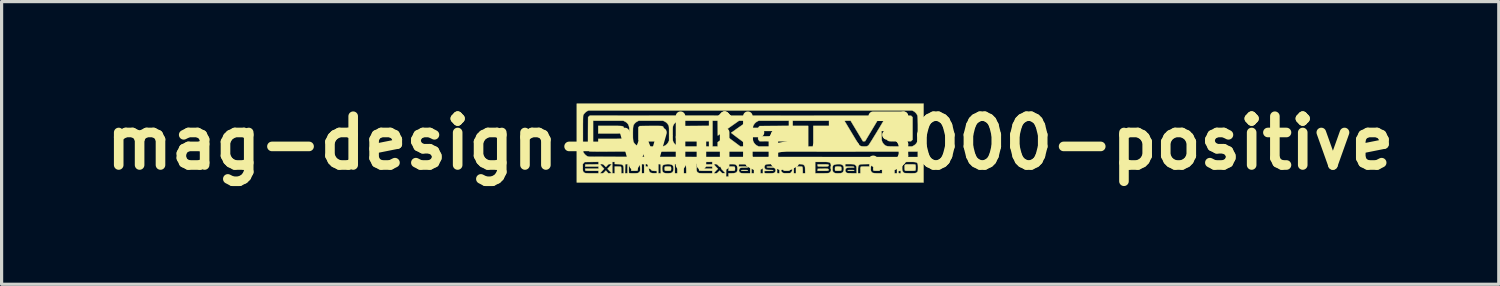
<source format=kicad_pcb>
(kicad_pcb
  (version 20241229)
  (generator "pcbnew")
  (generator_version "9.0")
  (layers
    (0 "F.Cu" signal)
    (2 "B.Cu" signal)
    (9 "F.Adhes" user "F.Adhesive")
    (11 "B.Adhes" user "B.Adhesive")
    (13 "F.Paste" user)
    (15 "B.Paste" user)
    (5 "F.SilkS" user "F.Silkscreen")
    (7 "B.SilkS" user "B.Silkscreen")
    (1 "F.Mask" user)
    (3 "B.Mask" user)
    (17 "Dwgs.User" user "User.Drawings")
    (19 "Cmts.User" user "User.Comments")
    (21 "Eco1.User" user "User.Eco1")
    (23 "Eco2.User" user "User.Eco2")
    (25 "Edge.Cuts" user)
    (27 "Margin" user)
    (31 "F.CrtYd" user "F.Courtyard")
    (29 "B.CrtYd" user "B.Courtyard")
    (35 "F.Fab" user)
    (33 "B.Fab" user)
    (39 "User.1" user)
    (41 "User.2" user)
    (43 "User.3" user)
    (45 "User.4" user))
  (footprint "mag-design-white-3000-positive"
    (layer "F.Cu")
    (at 20.4 1.418)
    (property "Reference" "mag-design-white-3000-positive" (at 0 0 0) (layer "F.SilkS") (effects (font (size 1.524 1.524) (thickness 0.3))))
    (attr through_hole)
    (fp_poly (pts (xy 4.047 0.872) (xy 3.956 0.872) (xy 3.907 0.871) (xy 3.873 0.868) (xy 3.855 0.863) (xy 3.854 0.862) (xy 3.848 0.848) (xy 3.845 0.824) (xy 3.844 0.807) (xy 3.845 0.779) (xy 3.85 0.759) (xy 3.862 0.747) (xy 3.884 0.74) (xy 3.917 0.737) (xy 3.959 0.737) (xy 4.047 0.737) (xy 4.047 0.872)) (stroke (width 0.01) (type solid)) (fill yes) (layer "F.SilkS"))
    (fp_poly (pts (xy -0.537 0.738) (xy -0.503 0.741) (xy -0.486 0.746) (xy -0.484 0.747) (xy -0.479 0.76) (xy -0.475 0.785) (xy -0.474 0.804) (xy -0.476 0.832) (xy -0.48 0.854) (xy -0.484 0.862) (xy -0.499 0.867) (xy -0.53 0.871) (xy -0.576 0.872) (xy -0.586 0.872) (xy -0.677 0.872) (xy -0.677 0.737) (xy -0.586 0.737) (xy -0.537 0.738)) (stroke (width 0.01) (type solid)) (fill yes) (layer "F.SilkS"))
    (fp_poly (pts (xy -3.591 0.737) (xy -3.558 0.738) (xy -3.535 0.74) (xy -3.527 0.742) (xy -3.519 0.753) (xy -3.514 0.775) (xy -3.512 0.803) (xy -3.514 0.831) (xy -3.518 0.854) (xy -3.526 0.867) (xy -3.527 0.867) (xy -3.541 0.869) (xy -3.567 0.871) (xy -3.602 0.872) (xy -3.629 0.872) (xy -3.717 0.872) (xy -3.717 0.737) (xy -3.629 0.737) (xy -3.591 0.737)) (stroke (width 0.01) (type solid)) (fill yes) (layer "F.SilkS"))
    (fp_poly (pts (xy -0.134 0.847) (xy -0.105 0.848) (xy -0.087 0.851) (xy -0.078 0.854) (xy -0.076 0.859) (xy -0.079 0.865) (xy -0.088 0.869) (xy -0.108 0.871) (xy -0.139 0.872) (xy -0.172 0.872) (xy -0.211 0.872) (xy -0.243 0.87) (xy -0.265 0.868) (xy -0.274 0.866) (xy -0.279 0.858) (xy -0.274 0.853) (xy -0.258 0.849) (xy -0.229 0.847) (xy -0.185 0.847) (xy -0.178 0.847) (xy -0.134 0.847)) (stroke (width 0.01) (type solid)) (fill yes) (layer "F.SilkS"))
    (fp_poly (pts (xy 2.367 0.805) (xy 2.4 0.807) (xy 2.422 0.809) (xy 2.437 0.813) (xy 2.446 0.819) (xy 2.45 0.827) (xy 2.451 0.83) (xy 2.454 0.844) (xy 2.453 0.854) (xy 2.444 0.861) (xy 2.427 0.866) (xy 2.4 0.87) (xy 2.36 0.871) (xy 2.307 0.872) (xy 2.272 0.872) (xy 2.107 0.872) (xy 2.11 0.84) (xy 2.112 0.809) (xy 2.261 0.806) (xy 2.321 0.805) (xy 2.367 0.805)) (stroke (width 0.01) (type solid)) (fill yes) (layer "F.SilkS"))
    (fp_poly (pts (xy 3.193 0.847) (xy 3.223 0.848) (xy 3.241 0.851) (xy 3.249 0.854) (xy 3.251 0.859) (xy 3.249 0.865) (xy 3.239 0.869) (xy 3.221 0.871) (xy 3.19 0.872) (xy 3.15 0.872) (xy 3.106 0.872) (xy 3.076 0.871) (xy 3.059 0.868) (xy 3.05 0.864) (xy 3.048 0.859) (xy 3.051 0.854) (xy 3.06 0.85) (xy 3.079 0.848) (xy 3.109 0.847) (xy 3.15 0.847) (xy 3.193 0.847)) (stroke (width 0.01) (type solid)) (fill yes) (layer "F.SilkS"))
    (fp_poly (pts (xy 1.185 0.738) (xy 1.214 0.742) (xy 1.232 0.751) (xy 1.241 0.767) (xy 1.244 0.791) (xy 1.245 0.801) (xy 1.244 0.831) (xy 1.239 0.851) (xy 1.228 0.863) (xy 1.208 0.869) (xy 1.176 0.872) (xy 1.139 0.872) (xy 1.099 0.872) (xy 1.072 0.87) (xy 1.056 0.868) (xy 1.047 0.863) (xy 1.042 0.856) (xy 1.036 0.837) (xy 1.033 0.811) (xy 1.033 0.802) (xy 1.035 0.775) (xy 1.043 0.756) (xy 1.059 0.745) (xy 1.086 0.739) (xy 1.126 0.737) (xy 1.141 0.737) (xy 1.185 0.738)) (stroke (width 0.01) (type solid)) (fill yes) (layer "F.SilkS"))
    (fp_poly (pts (xy 2.771 0.737) (xy 2.803 0.74) (xy 2.828 0.744) (xy 2.84 0.75) (xy 2.848 0.767) (xy 2.852 0.793) (xy 2.853 0.822) (xy 2.85 0.848) (xy 2.843 0.862) (xy 2.831 0.866) (xy 2.807 0.869) (xy 2.775 0.871) (xy 2.74 0.872) (xy 2.706 0.871) (xy 2.678 0.87) (xy 2.661 0.867) (xy 2.661 0.866) (xy 2.655 0.856) (xy 2.651 0.834) (xy 2.65 0.807) (xy 2.651 0.78) (xy 2.655 0.757) (xy 2.66 0.747) (xy 2.675 0.741) (xy 2.701 0.737) (xy 2.735 0.736) (xy 2.771 0.737)) (stroke (width 0.01) (type solid)) (fill yes) (layer "F.SilkS"))
    (fp_poly (pts (xy 2.332 0.669) (xy 2.378 0.67) (xy 2.411 0.672) (xy 2.433 0.676) (xy 2.447 0.681) (xy 2.453 0.688) (xy 2.455 0.698) (xy 2.455 0.7) (xy 2.45 0.714) (xy 2.442 0.723) (xy 2.435 0.728) (xy 2.422 0.732) (xy 2.402 0.734) (xy 2.373 0.736) (xy 2.331 0.736) (xy 2.274 0.737) (xy 2.274 0.737) (xy 2.225 0.736) (xy 2.181 0.735) (xy 2.146 0.734) (xy 2.123 0.733) (xy 2.114 0.731) (xy 2.11 0.719) (xy 2.108 0.699) (xy 2.108 0.697) (xy 2.108 0.669) (xy 2.272 0.669) (xy 2.332 0.669)) (stroke (width 0.01) (type solid)) (fill yes) (layer "F.SilkS"))
    (fp_poly (pts (xy -2.529 0.738) (xy -2.499 0.741) (xy -2.483 0.746) (xy -2.482 0.747) (xy -2.477 0.76) (xy -2.473 0.785) (xy -2.472 0.804) (xy -2.474 0.832) (xy -2.478 0.854) (xy -2.482 0.862) (xy -2.497 0.867) (xy -2.527 0.871) (xy -2.57 0.872) (xy -2.574 0.872) (xy -2.618 0.871) (xy -2.649 0.868) (xy -2.665 0.862) (xy -2.665 0.862) (xy -2.671 0.847) (xy -2.675 0.822) (xy -2.675 0.793) (xy -2.672 0.766) (xy -2.667 0.749) (xy -2.665 0.747) (xy -2.651 0.741) (xy -2.621 0.738) (xy -2.578 0.737) (xy -2.574 0.737) (xy -2.529 0.738)) (stroke (width 0.01) (type solid)) (fill yes) (layer "F.SilkS"))
    (fp_poly (pts (xy -4.288 -0.533) (xy -4.21 -0.533) (xy -4.146 -0.533) (xy -4.095 -0.531) (xy -4.054 -0.53) (xy -4.023 -0.527) (xy -4 -0.524) (xy -3.984 -0.519) (xy -3.972 -0.514) (xy -3.964 -0.506) (xy -3.958 -0.498) (xy -3.954 -0.492) (xy -3.949 -0.472) (xy -3.946 -0.442) (xy -3.946 -0.407) (xy -3.948 -0.373) (xy -3.952 -0.347) (xy -3.955 -0.336) (xy -3.96 -0.327) (xy -3.966 -0.319) (xy -3.973 -0.313) (xy -3.984 -0.308) (xy -4 -0.304) (xy -4.022 -0.302) (xy -4.052 -0.299) (xy -4.091 -0.298) (xy -4.142 -0.297) (xy -4.205 -0.297) (xy -4.282 -0.297) (xy -4.371 -0.297) (xy -4.75 -0.296) (xy -4.75 -0.533) (xy -4.381 -0.533) (xy -4.288 -0.533)) (stroke (width 0.01) (type solid)) (fill yes) (layer "F.SilkS"))
    (fp_poly (pts (xy 4.998 0.669) (xy 5.061 0.669) (xy 5.107 0.671) (xy 5.139 0.673) (xy 5.158 0.676) (xy 5.163 0.679) (xy 5.168 0.694) (xy 5.172 0.723) (xy 5.173 0.767) (xy 5.173 0.77) (xy 5.172 0.815) (xy 5.169 0.846) (xy 5.163 0.861) (xy 5.163 0.862) (xy 5.152 0.866) (xy 5.129 0.869) (xy 5.092 0.871) (xy 5.039 0.872) (xy 4.998 0.872) (xy 4.943 0.872) (xy 4.903 0.871) (xy 4.875 0.87) (xy 4.856 0.868) (xy 4.845 0.865) (xy 4.838 0.861) (xy 4.835 0.856) (xy 4.831 0.84) (xy 4.828 0.812) (xy 4.826 0.778) (xy 4.826 0.77) (xy 4.826 0.736) (xy 4.827 0.711) (xy 4.832 0.692) (xy 4.842 0.681) (xy 4.861 0.673) (xy 4.889 0.67) (xy 4.929 0.669) (xy 4.984 0.669) (xy 4.998 0.669)) (stroke (width 0.01) (type solid)) (fill yes) (layer "F.SilkS"))
    (fp_poly (pts (xy -2.876 -0.532) (xy -2.826 -0.531) (xy -2.789 -0.529) (xy -2.765 -0.527) (xy -2.751 -0.524) (xy -2.75 -0.524) (xy -2.734 -0.517) (xy -2.723 -0.509) (xy -2.714 -0.497) (xy -2.708 -0.48) (xy -2.704 -0.455) (xy -2.702 -0.42) (xy -2.701 -0.373) (xy -2.701 -0.312) (xy -2.701 -0.294) (xy -2.701 -0.232) (xy -2.702 -0.178) (xy -2.704 -0.136) (xy -2.707 -0.107) (xy -2.71 -0.093) (xy -2.71 -0.093) (xy -2.716 -0.083) (xy -2.723 -0.074) (xy -2.733 -0.068) (xy -2.747 -0.062) (xy -2.767 -0.058) (xy -2.794 -0.055) (xy -2.831 -0.053) (xy -2.878 -0.052) (xy -2.937 -0.051) (xy -3.01 -0.051) (xy -3.099 -0.051) (xy -3.445 -0.051) (xy -3.471 -0.073) (xy -3.497 -0.095) (xy -3.497 -0.488) (xy -3.475 -0.509) (xy -3.453 -0.529) (xy -3.113 -0.532) (xy -3.019 -0.532) (xy -2.94 -0.532) (xy -2.876 -0.532)) (stroke (width 0.01) (type solid)) (fill yes) (layer "F.SilkS"))
    (fp_poly (pts (xy 5.419 1.236) (xy -5.419 1.236) (xy -5.419 1.05) (xy -0.754 1.05) (xy -0.677 1.05) (xy -0.677 0.948) (xy -0.584 0.948) (xy -0.522 0.946) (xy -0.475 0.939) (xy -0.441 0.925) (xy -0.418 0.903) (xy -0.404 0.872) (xy -0.398 0.83) (xy -0.398 0.81) (xy -0.401 0.759) (xy -0.408 0.737) (xy -0.357 0.737) (xy -0.227 0.737) (xy -0.172 0.737) (xy -0.131 0.739) (xy -0.104 0.742) (xy -0.087 0.747) (xy -0.078 0.754) (xy -0.076 0.764) (xy -0.084 0.766) (xy -0.106 0.768) (xy -0.138 0.77) (xy -0.178 0.77) (xy -0.186 0.77) (xy -0.231 0.771) (xy -0.262 0.772) (xy -0.284 0.774) (xy -0.299 0.778) (xy -0.31 0.784) (xy -0.32 0.791) (xy -0.342 0.82) (xy -0.351 0.854) (xy -0.346 0.887) (xy -0.329 0.917) (xy -0.31 0.932) (xy -0.298 0.938) (xy -0.284 0.942) (xy -0.265 0.945) (xy -0.237 0.947) (xy -0.198 0.948) (xy -0.146 0.948) (xy -0.142 0.948) (xy 0 0.948) (xy 0.042 0.948) (xy 0.119 0.948) (xy 0.119 0.737) (xy 0.21 0.737) (xy 0.259 0.738) (xy 0.293 0.741) (xy 0.31 0.746) (xy 0.312 0.747) (xy 0.317 0.761) (xy 0.32 0.792) (xy 0.322 0.839) (xy 0.322 0.853) (xy 0.322 0.948) (xy 0.398 0.948) (xy 0.398 0.918) (xy 0.44 0.918) (xy 0.442 0.93) (xy 0.448 0.939) (xy 0.462 0.944) (xy 0.486 0.947) (xy 0.521 0.948) (xy 0.571 0.948) (xy 0.585 0.948) (xy 0.641 0.948) (xy 0.683 0.947) (xy 0.713 0.944) (xy 0.735 0.94) (xy 0.749 0.935) (xy 0.777 0.914) (xy 0.793 0.884) (xy 0.796 0.85) (xy 0.794 0.841) (xy 0.84 0.841) (xy 0.84 0.882) (xy 0.84 0.913) (xy 0.841 0.933) (xy 0.842 0.937) (xy 0.853 0.945) (xy 0.875 0.948) (xy 0.88 0.948) (xy 0.914 0.948) (xy 1.363 0.948) (xy 1.431 0.948) (xy 1.431 0.737) (xy 1.528 0.737) (xy 1.57 0.737) (xy 1.599 0.738) (xy 1.617 0.74) (xy 1.627 0.745) (xy 1.633 0.751) (xy 1.634 0.753) (xy 1.637 0.768) (xy 1.64 0.796) (xy 1.642 0.831) (xy 1.643 0.859) (xy 1.643 0.948) (xy 1.72 0.948) (xy 1.717 0.843) (xy 1.716 0.797) (xy 1.714 0.765) (xy 1.71 0.743) (xy 1.705 0.727) (xy 1.697 0.715) (xy 1.697 0.714) (xy 1.681 0.695) (xy 1.663 0.681) (xy 1.64 0.671) (xy 1.61 0.665) (xy 1.569 0.662) (xy 1.515 0.66) (xy 1.492 0.66) (xy 1.363 0.66) (xy 1.363 0.948) (xy 0.914 0.948) (xy 0.914 0.804) (xy 0.965 0.804) (xy 0.967 0.848) (xy 0.972 0.879) (xy 0.983 0.902) (xy 1.001 0.92) (xy 1.019 0.932) (xy 1.032 0.939) (xy 1.048 0.944) (xy 1.068 0.946) (xy 1.098 0.947) (xy 1.141 0.947) (xy 1.15 0.946) (xy 1.254 0.944) (xy 1.283 0.912) (xy 1.297 0.897) (xy 1.306 0.883) (xy 1.31 0.867) (xy 1.312 0.843) (xy 1.312 0.808) (xy 1.312 0.806) (xy 1.31 0.758) (xy 1.303 0.723) (xy 1.289 0.699) (xy 1.266 0.681) (xy 1.248 0.672) (xy 1.222 0.666) (xy 1.185 0.662) (xy 1.142 0.66) (xy 1.099 0.661) (xy 1.061 0.665) (xy 1.033 0.671) (xy 1.03 0.672) (xy 1.001 0.688) (xy 0.982 0.708) (xy 0.971 0.737) (xy 0.966 0.778) (xy 0.965 0.804) (xy 0.914 0.804) (xy 0.914 0.659) (xy 0.842 0.665) (xy 0.84 0.796) (xy 0.84 0.841) (xy 0.794 0.841) (xy 0.787 0.817) (xy 0.771 0.795) (xy 0.76 0.785) (xy 0.75 0.778) (xy 0.737 0.774) (xy 0.717 0.771) (xy 0.688 0.771) (xy 0.645 0.77) (xy 0.642 0.77) (xy 0.59 0.77) (xy 0.553 0.767) (xy 0.529 0.763) (xy 0.519 0.756) (xy 0.519 0.747) (xy 0.52 0.746) (xy 0.532 0.742) (xy 0.56 0.739) (xy 0.605 0.737) (xy 0.661 0.737) (xy 0.796 0.737) (xy 0.796 0.66) (xy 0.66 0.66) (xy 0.598 0.661) (xy 0.552 0.663) (xy 0.517 0.668) (xy 0.492 0.675) (xy 0.474 0.686) (xy 0.461 0.702) (xy 0.453 0.716) (xy 0.444 0.752) (xy 0.45 0.785) (xy 0.474 0.817) (xy 0.475 0.818) (xy 0.486 0.828) (xy 0.497 0.835) (xy 0.511 0.839) (xy 0.531 0.842) (xy 0.562 0.844) (xy 0.605 0.845) (xy 0.61 0.845) (xy 0.657 0.847) (xy 0.689 0.849) (xy 0.709 0.852) (xy 0.718 0.856) (xy 0.72 0.86) (xy 0.716 0.865) (xy 0.706 0.868) (xy 0.685 0.87) (xy 0.652 0.872) (xy 0.605 0.874) (xy 0.582 0.874) (xy 0.445 0.876) (xy 0.442 0.9) (xy 0.44 0.918) (xy 0.398 0.918) (xy 0.398 0.845) (xy 0.397 0.788) (xy 0.392 0.745) (xy 0.382 0.712) (xy 0.364 0.689) (xy 0.337 0.674) (xy 0.299 0.666) (xy 0.248 0.662) (xy 0.182 0.662) (xy 0.176 0.662) (xy 0.047 0.665) (xy 0.044 0.806) (xy 0.042 0.948) (xy 0 0.948) (xy 0 0.846) (xy -0.001 0.793) (xy -0.004 0.754) (xy -0.011 0.726) (xy -0.021 0.705) (xy -0.037 0.689) (xy -0.048 0.681) (xy -0.059 0.675) (xy -0.072 0.67) (xy -0.091 0.667) (xy -0.118 0.666) (xy -0.156 0.665) (xy -0.207 0.665) (xy -0.212 0.665) (xy -0.351 0.665) (xy -0.354 0.701) (xy -0.357 0.737) (xy -0.408 0.737) (xy -0.412 0.722) (xy -0.432 0.695) (xy -0.462 0.676) (xy -0.463 0.676) (xy -0.479 0.67) (xy -0.498 0.665) (xy -0.521 0.663) (xy -0.553 0.662) (xy -0.597 0.662) (xy -0.624 0.662) (xy -0.749 0.665) (xy -0.752 0.857) (xy -0.754 1.05) (xy -5.419 1.05) (xy -5.419 0.66) (xy -5.232 0.66) (xy -5.232 0.768) (xy -5.232 0.819) (xy -5.229 0.856) (xy -5.224 0.883) (xy -5.215 0.902) (xy -5.201 0.917) (xy -5.181 0.931) (xy -5.178 0.932) (xy -5.169 0.937) (xy -5.157 0.941) (xy -5.142 0.944) (xy -5.12 0.946) (xy -5.089 0.947) (xy -5.048 0.948) (xy -4.993 0.948) (xy -4.947 0.948) (xy -4.741 0.948) (xy -4.693 0.948) (xy -4.642 0.948) (xy -4.615 0.948) (xy -4.596 0.944) (xy -4.581 0.935) (xy -4.563 0.918) (xy -4.551 0.905) (xy -4.511 0.862) (xy -4.472 0.906) (xy -4.432 0.95) (xy -4.427 0.949) (xy -3.387 0.949) (xy -3.373 0.948) (xy -2.87 0.948) (xy -2.794 0.948) (xy -2.796 0.806) (xy -2.796 0.806) (xy -2.752 0.806) (xy -2.747 0.858) (xy -2.735 0.896) (xy -2.712 0.923) (xy -2.69 0.936) (xy -2.663 0.943) (xy -2.625 0.947) (xy -2.581 0.949) (xy -2.567 0.948) (xy -2.354 0.948) (xy -2.278 0.948) (xy -2.278 0.737) (xy -2.186 0.737) (xy -2.137 0.738) (xy -2.104 0.741) (xy -2.086 0.746) (xy -2.084 0.747) (xy -2.079 0.761) (xy -2.076 0.792) (xy -2.074 0.839) (xy -2.074 0.853) (xy -2.074 0.948) (xy -1.998 0.948) (xy -1.998 0.846) (xy -1.999 0.792) (xy -2.003 0.752) (xy -2.01 0.724) (xy -2.022 0.703) (xy -2.039 0.688) (xy -2.06 0.677) (xy -2.077 0.67) (xy -2.096 0.666) (xy -2.121 0.663) (xy -2.155 0.661) (xy -2.202 0.661) (xy -2.225 0.661) (xy -2.354 0.66) (xy -2.354 0.948) (xy -2.567 0.948) (xy -2.537 0.947) (xy -2.496 0.943) (xy -2.465 0.937) (xy -2.455 0.933) (xy -2.425 0.909) (xy -2.405 0.874) (xy -2.397 0.826) (xy -2.396 0.806) (xy -2.4 0.756) (xy -2.411 0.719) (xy -2.433 0.691) (xy -2.465 0.673) (xy -2.51 0.664) (xy -2.57 0.661) (xy -2.59 0.662) (xy -2.647 0.666) (xy -2.689 0.675) (xy -2.719 0.692) (xy -2.738 0.716) (xy -2.748 0.751) (xy -2.752 0.798) (xy -2.752 0.806) (xy -2.796 0.806) (xy -2.798 0.665) (xy -2.834 0.662) (xy -2.86 0.66) (xy -1.676 0.66) (xy -1.676 0.768) (xy -1.676 0.819) (xy -1.673 0.856) (xy -1.668 0.883) (xy -1.659 0.902) (xy -1.645 0.917) (xy -1.625 0.931) (xy -1.622 0.932) (xy -1.613 0.937) (xy -1.601 0.941) (xy -1.586 0.944) (xy -1.564 0.946) (xy -1.533 0.947) (xy -1.492 0.948) (xy -1.437 0.948) (xy -1.391 0.948) (xy -1.185 0.948) (xy -1.136 0.948) (xy -1.086 0.948) (xy -1.059 0.948) (xy -1.041 0.944) (xy -1.024 0.934) (xy -1.005 0.916) (xy -0.996 0.907) (xy -0.956 0.866) (xy -0.916 0.908) (xy -0.894 0.93) (xy -0.879 0.942) (xy -0.863 0.947) (xy -0.842 0.947) (xy -0.827 0.947) (xy -0.777 0.944) (xy -0.841 0.876) (xy -0.904 0.809) (xy -0.841 0.741) (xy -0.816 0.713) (xy -0.796 0.689) (xy -0.782 0.673) (xy -0.779 0.667) (xy -0.787 0.663) (xy -0.806 0.661) (xy -0.824 0.66) (xy -0.848 0.661) (xy -0.865 0.665) (xy -0.881 0.674) (xy -0.9 0.693) (xy -0.913 0.706) (xy -0.955 0.751) (xy -1 0.706) (xy -1.024 0.683) (xy -1.041 0.669) (xy -1.057 0.663) (xy -1.077 0.661) (xy -1.09 0.66) (xy -1.115 0.662) (xy -1.131 0.665) (xy -1.135 0.667) (xy -1.129 0.676) (xy -1.114 0.694) (xy -1.093 0.719) (xy -1.072 0.742) (xy -1.008 0.81) (xy -1.047 0.847) (xy -1.073 0.874) (xy -1.098 0.901) (xy -1.111 0.917) (xy -1.136 0.948) (xy -1.185 0.948) (xy -1.185 0.872) (xy -1.379 0.872) (xy -1.436 0.872) (xy -1.487 0.871) (xy -1.53 0.87) (xy -1.563 0.869) (xy -1.583 0.868) (xy -1.587 0.867) (xy -1.597 0.854) (xy -1.6 0.833) (xy -1.6 0.804) (xy -1.185 0.804) (xy -1.185 0.737) (xy -1.601 0.737) (xy -1.599 0.705) (xy -1.596 0.673) (xy -1.185 0.669) (xy -1.185 0.593) (xy 2.032 0.593) (xy 2.032 0.948) (xy 2.236 0.948) (xy 2.303 0.948) (xy 2.355 0.947) (xy 2.395 0.946) (xy 2.424 0.944) (xy 2.445 0.942) (xy 2.46 0.938) (xy 2.468 0.935) (xy 2.501 0.911) (xy 2.522 0.878) (xy 2.528 0.84) (xy 2.521 0.806) (xy 2.574 0.806) (xy 2.576 0.851) (xy 2.583 0.883) (xy 2.598 0.907) (xy 2.621 0.927) (xy 2.624 0.929) (xy 2.639 0.938) (xy 2.654 0.943) (xy 2.675 0.946) (xy 2.705 0.948) (xy 2.745 0.948) (xy 2.794 0.947) (xy 2.829 0.945) (xy 2.854 0.939) (xy 2.868 0.934) (xy 2.898 0.911) (xy 2.918 0.875) (xy 2.928 0.828) (xy 2.928 0.791) (xy 2.921 0.744) (xy 2.905 0.71) (xy 2.878 0.685) (xy 2.861 0.675) (xy 2.845 0.668) (xy 2.825 0.664) (xy 2.799 0.662) (xy 2.761 0.662) (xy 2.739 0.662) (xy 2.681 0.666) (xy 2.638 0.675) (xy 2.608 0.69) (xy 2.589 0.714) (xy 2.578 0.747) (xy 2.574 0.792) (xy 2.574 0.806) (xy 2.521 0.806) (xy 2.52 0.802) (xy 2.513 0.78) (xy 2.513 0.761) (xy 2.52 0.737) (xy 2.527 0.695) (xy 2.519 0.66) (xy 2.972 0.66) (xy 2.972 0.737) (xy 3.101 0.737) (xy 3.156 0.737) (xy 3.196 0.739) (xy 3.224 0.742) (xy 3.241 0.747) (xy 3.249 0.754) (xy 3.251 0.764) (xy 3.243 0.766) (xy 3.222 0.768) (xy 3.189 0.77) (xy 3.15 0.77) (xy 3.146 0.77) (xy 3.092 0.771) (xy 3.052 0.774) (xy 3.024 0.78) (xy 3.004 0.789) (xy 2.991 0.803) (xy 2.984 0.814) (xy 2.974 0.85) (xy 2.977 0.885) (xy 2.994 0.916) (xy 3.021 0.938) (xy 3.026 0.94) (xy 3.04 0.942) (xy 3.068 0.945) (xy 3.106 0.946) (xy 3.152 0.947) (xy 3.186 0.948) (xy 3.329 0.948) (xy 3.326 0.85) (xy 3.37 0.85) (xy 3.37 0.948) (xy 3.446 0.948) (xy 3.446 0.853) (xy 3.446 0.833) (xy 3.769 0.833) (xy 3.772 0.86) (xy 3.779 0.882) (xy 3.783 0.889) (xy 3.796 0.909) (xy 3.811 0.925) (xy 3.832 0.935) (xy 3.86 0.942) (xy 3.898 0.946) (xy 3.95 0.948) (xy 3.99 0.948) (xy 4.123 0.948) (xy 4.123 0.593) (xy 4.445 0.593) (xy 4.445 0.669) (xy 4.513 0.669) (xy 4.513 0.948) (xy 4.589 0.948) (xy 4.589 0.928) (xy 4.632 0.928) (xy 4.641 0.942) (xy 4.662 0.948) (xy 4.673 0.948) (xy 4.707 0.948) (xy 4.707 0.871) (xy 4.671 0.874) (xy 4.649 0.877) (xy 4.637 0.883) (xy 4.633 0.897) (xy 4.633 0.9) (xy 4.632 0.928) (xy 4.589 0.928) (xy 4.589 0.766) (xy 4.75 0.766) (xy 4.75 0.81) (xy 4.754 0.848) (xy 4.759 0.869) (xy 4.776 0.899) (xy 4.799 0.926) (xy 4.822 0.94) (xy 4.835 0.942) (xy 4.863 0.944) (xy 4.901 0.946) (xy 4.948 0.947) (xy 4.998 0.948) (xy 5.058 0.948) (xy 5.103 0.947) (xy 5.136 0.945) (xy 5.16 0.943) (xy 5.176 0.939) (xy 5.186 0.935) (xy 5.209 0.922) (xy 5.225 0.907) (xy 5.235 0.887) (xy 5.242 0.858) (xy 5.244 0.818) (xy 5.245 0.77) (xy 5.244 0.719) (xy 5.241 0.679) (xy 5.233 0.648) (xy 5.219 0.626) (xy 5.197 0.61) (xy 5.165 0.601) (xy 5.121 0.595) (xy 5.064 0.593) (xy 5 0.593) (xy 4.934 0.593) (xy 4.884 0.595) (xy 4.846 0.598) (xy 4.818 0.604) (xy 4.798 0.613) (xy 4.783 0.626) (xy 4.772 0.643) (xy 4.766 0.656) (xy 4.758 0.683) (xy 4.752 0.722) (xy 4.75 0.766) (xy 4.589 0.766) (xy 4.589 0.593) (xy 4.445 0.593) (xy 4.123 0.593) (xy 4.047 0.593) (xy 4.047 0.66) (xy 3.958 0.66) (xy 3.905 0.662) (xy 3.865 0.666) (xy 3.835 0.675) (xy 3.811 0.69) (xy 3.793 0.707) (xy 3.782 0.721) (xy 3.775 0.738) (xy 3.771 0.763) (xy 3.769 0.794) (xy 3.769 0.833) (xy 3.446 0.833) (xy 3.447 0.802) (xy 3.45 0.767) (xy 3.455 0.749) (xy 3.456 0.747) (xy 3.468 0.742) (xy 3.494 0.739) (xy 3.535 0.737) (xy 3.592 0.737) (xy 3.596 0.737) (xy 3.725 0.737) (xy 3.725 0.659) (xy 3.584 0.662) (xy 3.529 0.663) (xy 3.489 0.665) (xy 3.461 0.667) (xy 3.441 0.671) (xy 3.427 0.675) (xy 3.419 0.68) (xy 3.399 0.697) (xy 3.385 0.719) (xy 3.376 0.748) (xy 3.371 0.788) (xy 3.37 0.841) (xy 3.37 0.85) (xy 3.326 0.85) (xy 3.326 0.839) (xy 3.325 0.794) (xy 3.323 0.762) (xy 3.32 0.74) (xy 3.316 0.726) (xy 3.309 0.715) (xy 3.302 0.707) (xy 3.285 0.69) (xy 3.266 0.678) (xy 3.242 0.669) (xy 3.212 0.664) (xy 3.171 0.661) (xy 3.116 0.66) (xy 3.099 0.66) (xy 2.972 0.66) (xy 2.519 0.66) (xy 2.518 0.656) (xy 2.507 0.636) (xy 2.498 0.623) (xy 2.486 0.613) (xy 2.47 0.606) (xy 2.447 0.6) (xy 2.416 0.597) (xy 2.375 0.594) (xy 2.321 0.593) (xy 2.253 0.593) (xy 2.235 0.593) (xy 2.032 0.593) (xy -1.185 0.593) (xy -1.185 0.592) (xy -1.618 0.597) (xy -1.647 0.629) (xy -1.676 0.66) (xy -2.86 0.66) (xy -2.87 0.659) (xy -2.87 0.948) (xy -3.373 0.948) (xy -3.351 0.947) (xy -3.315 0.944) (xy -3.315 0.665) (xy -3.351 0.662) (xy -3.373 0.66) (xy -3.268 0.66) (xy -3.268 0.737) (xy -3.167 0.737) (xy -3.167 0.802) (xy -3.163 0.853) (xy -3.153 0.891) (xy -3.133 0.918) (xy -3.103 0.935) (xy -3.06 0.944) (xy -3.003 0.946) (xy -2.997 0.946) (xy -2.917 0.944) (xy -2.917 0.876) (xy -2.993 0.874) (xy -3.028 0.872) (xy -3.057 0.868) (xy -3.076 0.864) (xy -3.079 0.862) (xy -3.086 0.847) (xy -3.09 0.817) (xy -3.09 0.795) (xy -3.09 0.737) (xy -2.912 0.737) (xy -2.914 0.701) (xy -2.917 0.665) (xy -3.004 0.662) (xy -3.09 0.66) (xy -3.09 0.593) (xy -3.167 0.593) (xy -3.167 0.66) (xy -3.268 0.66) (xy -3.373 0.66) (xy -3.387 0.659) (xy -3.387 0.949) (xy -4.427 0.949) (xy -4.383 0.947) (xy -4.333 0.944) (xy -4.397 0.876) (xy -4.46 0.809) (xy -4.397 0.741) (xy -4.372 0.713) (xy -4.352 0.689) (xy -4.338 0.673) (xy -4.335 0.667) (xy -4.343 0.663) (xy -4.362 0.661) (xy -4.381 0.66) (xy -4.405 0.661) (xy -4.422 0.665) (xy -4.437 0.674) (xy -4.455 0.692) (xy -4.468 0.706) (xy -4.51 0.752) (xy -4.556 0.706) (xy -4.58 0.683) (xy -4.597 0.669) (xy -4.613 0.663) (xy -4.632 0.661) (xy -4.646 0.66) (xy -4.671 0.661) (xy -4.687 0.664) (xy -4.69 0.667) (xy -4.685 0.675) (xy -4.67 0.693) (xy -4.649 0.718) (xy -4.628 0.741) (xy -4.566 0.808) (xy -4.629 0.878) (xy -4.693 0.948) (xy -4.741 0.948) (xy -4.741 0.872) (xy -4.935 0.872) (xy -4.992 0.872) (xy -5.043 0.871) (xy -5.086 0.87) (xy -5.119 0.869) (xy -5.139 0.868) (xy -5.143 0.867) (xy -5.153 0.854) (xy -5.156 0.833) (xy -5.156 0.804) (xy -4.741 0.804) (xy -4.741 0.737) (xy -5.157 0.737) (xy -5.152 0.673) (xy -4.947 0.671) (xy -4.741 0.669) (xy -4.741 0.593) (xy -4.31 0.593) (xy -4.31 0.948) (xy -4.233 0.948) (xy -4.233 0.737) (xy -4.142 0.737) (xy -4.093 0.738) (xy -4.059 0.741) (xy -4.042 0.746) (xy -4.04 0.747) (xy -4.035 0.761) (xy -4.032 0.792) (xy -4.03 0.839) (xy -4.03 0.853) (xy -4.03 0.948) (xy -3.954 0.948) (xy -3.912 0.948) (xy -3.835 0.948) (xy -3.835 0.86) (xy -3.792 0.86) (xy -3.791 0.897) (xy -3.791 0.924) (xy -3.789 0.937) (xy -3.789 0.937) (xy -3.783 0.942) (xy -3.767 0.945) (xy -3.74 0.947) (xy -3.699 0.948) (xy -3.652 0.948) (xy -3.6 0.948) (xy -3.562 0.947) (xy -3.535 0.945) (xy -3.516 0.942) (xy -3.502 0.937) (xy -3.491 0.932) (xy -3.466 0.914) (xy -3.45 0.894) (xy -3.441 0.869) (xy -3.438 0.834) (xy -3.439 0.797) (xy -3.441 0.759) (xy -3.444 0.734) (xy -3.449 0.717) (xy -3.458 0.704) (xy -3.462 0.699) (xy -3.482 0.683) (xy -3.507 0.672) (xy -3.54 0.665) (xy -3.585 0.661) (xy -3.63 0.66) (xy -3.717 0.66) (xy -3.717 0.592) (xy -3.753 0.594) (xy -3.789 0.597) (xy -3.791 0.762) (xy -3.792 0.813) (xy -3.792 0.86) (xy -3.835 0.86) (xy -3.835 0.659) (xy -3.907 0.665) (xy -3.91 0.806) (xy -3.912 0.948) (xy -3.954 0.948) (xy -3.954 0.846) (xy -3.955 0.787) (xy -3.96 0.742) (xy -3.972 0.709) (xy -3.991 0.687) (xy -4.02 0.673) (xy -4.061 0.666) (xy -4.116 0.662) (xy -4.13 0.662) (xy -4.233 0.659) (xy -4.233 0.593) (xy -4.31 0.593) (xy -4.741 0.593) (xy -4.741 0.592) (xy -5.174 0.597) (xy -5.203 0.629) (xy -5.232 0.66) (xy -5.419 0.66) (xy -5.419 -0.305) (xy -5.228 -0.305) (xy -5.228 -0.292) (xy -5.228 -0.181) (xy -5.228 -0.086) (xy -5.228 -0.005) (xy -5.228 0.063) (xy -5.227 0.119) (xy -5.227 0.164) (xy -5.226 0.2) (xy -5.225 0.228) (xy -5.223 0.25) (xy -5.221 0.266) (xy -5.219 0.277) (xy -5.217 0.286) (xy -5.214 0.294) (xy -5.21 0.301) (xy -5.21 0.301) (xy -5.19 0.33) (xy -5.163 0.361) (xy -5.132 0.389) (xy -5.103 0.41) (xy -5.091 0.416) (xy -5.065 0.425) (xy -5.038 0.432) (xy -5.028 0.432) (xy -5.001 0.433) (xy -4.958 0.433) (xy -4.9 0.433) (xy -4.827 0.434) (xy -4.739 0.434) (xy -4.637 0.434) (xy -4.522 0.435) (xy -4.393 0.435) (xy -4.251 0.435) (xy -4.097 0.436) (xy -3.932 0.436) (xy -3.755 0.436) (xy -3.567 0.437) (xy -3.368 0.437) (xy -3.16 0.437) (xy -2.942 0.437) (xy -2.715 0.438) (xy -2.479 0.438) (xy -2.236 0.438) (xy -1.985 0.438) (xy -1.726 0.439) (xy -1.461 0.439) (xy -1.19 0.439) (xy -0.912 0.439) (xy -0.63 0.439) (xy -0.342 0.439) (xy -0.051 0.439) (xy 0.116 0.439) (xy 5.241 0.44) (xy 5.241 0.271) (xy 0.118 0.271) (xy -0.237 0.271) (xy -0.576 0.271) (xy -0.899 0.271) (xy -1.206 0.271) (xy -1.497 0.271) (xy -1.774 0.271) (xy -2.036 0.271) (xy -2.283 0.271) (xy -2.517 0.271) (xy -2.738 0.27) (xy -2.945 0.27) (xy -3.14 0.27) (xy -3.322 0.27) (xy -3.493 0.27) (xy -3.652 0.27) (xy -3.8 0.269) (xy -3.937 0.269) (xy -4.064 0.269) (xy -4.181 0.269) (xy -4.289 0.268) (xy -4.387 0.268) (xy -4.476 0.268) (xy -4.557 0.267) (xy -4.63 0.267) (xy -4.696 0.267) (xy -4.754 0.266) (xy -4.805 0.266) (xy -4.85 0.265) (xy -4.889 0.264) (xy -4.922 0.264) (xy -4.95 0.263) (xy -4.973 0.263) (xy -4.992 0.262) (xy -5.006 0.261) (xy -5.017 0.26) (xy -5.024 0.259) (xy -5.028 0.259) (xy -5.029 0.258) (xy -5.053 0.237) (xy -5.063 0.214) (xy -5.065 0.198) (xy -5.067 0.169) (xy -5.069 0.124) (xy -5.07 0.065) (xy -5.07 -0.01) (xy -5.07 -0.101) (xy -5.07 -0.208) (xy -5.07 -0.312) (xy -5.068 -0.694) (xy -4.911 -0.694) (xy -4.911 0.11) (xy -4.75 0.11) (xy -4.75 -0.127) (xy -4.37 -0.127) (xy -4.273 -0.127) (xy -4.191 -0.127) (xy -4.123 -0.128) (xy -4.067 -0.129) (xy -4.022 -0.132) (xy -3.986 -0.135) (xy -3.957 -0.139) (xy -3.934 -0.145) (xy -3.915 -0.152) (xy -3.899 -0.161) (xy -3.883 -0.172) (xy -3.868 -0.186) (xy -3.864 -0.189) (xy -3.828 -0.227) (xy -3.802 -0.269) (xy -3.795 -0.292) (xy -3.666 -0.292) (xy -3.666 -0.219) (xy -3.665 -0.16) (xy -3.662 -0.114) (xy -3.658 -0.077) (xy -3.652 -0.048) (xy -3.643 -0.025) (xy -3.631 -0.004) (xy -3.616 0.017) (xy -3.604 0.03) (xy -3.576 0.057) (xy -3.543 0.081) (xy -3.527 0.09) (xy -3.484 0.11) (xy -3.108 0.11) (xy -3.001 0.11) (xy -2.911 0.109) (xy -2.837 0.108) (xy -2.779 0.107) (xy -2.737 0.105) (xy -2.71 0.102) (xy -2.701 0.101) (xy -2.654 0.079) (xy -2.61 0.044) (xy -2.574 0.001) (xy -2.561 -0.021) (xy -2.536 -0.071) (xy -2.536 -0.292) (xy -2.536 -0.292) (xy -2.421 -0.292) (xy -2.421 -0.225) (xy -2.421 -0.173) (xy -2.42 -0.133) (xy -2.419 -0.103) (xy -2.417 -0.081) (xy -2.414 -0.064) (xy -2.41 -0.05) (xy -2.405 -0.037) (xy -2.401 -0.03) (xy -2.369 0.021) (xy -2.325 0.063) (xy -2.278 0.092) (xy -2.269 0.096) (xy -2.26 0.099) (xy -2.248 0.102) (xy -2.233 0.104) (xy -2.213 0.106) (xy -2.187 0.107) (xy -2.154 0.108) (xy -2.111 0.109) (xy -2.057 0.109) (xy -1.992 0.11) (xy -1.913 0.11) (xy -1.82 0.11) (xy -1.763 0.11) (xy -1.287 0.11) (xy -1.287 -0.051) (xy -2.201 -0.051) (xy -2.229 -0.076) (xy -2.256 -0.1) (xy -2.256 -0.482) (xy -2.233 -0.506) (xy -2.209 -0.529) (xy -1.748 -0.531) (xy -1.287 -0.534) (xy -1.287 -0.694) (xy -1.177 -0.694) (xy -1.177 0.11) (xy -1.016 0.11) (xy -1.016 -0.023) (xy -0.882 -0.117) (xy -0.84 -0.147) (xy -0.803 -0.172) (xy -0.773 -0.192) (xy -0.752 -0.206) (xy -0.742 -0.212) (xy -0.742 -0.212) (xy -0.734 -0.207) (xy -0.714 -0.193) (xy -0.684 -0.171) (xy -0.646 -0.143) (xy -0.601 -0.109) (xy -0.55 -0.072) (xy -0.522 -0.051) (xy -0.307 0.11) (xy -0.171 0.108) (xy -0.035 0.106) (xy -0.314 -0.102) (xy -0.374 -0.146) (xy -0.429 -0.188) (xy -0.479 -0.226) (xy -0.522 -0.258) (xy -0.555 -0.285) (xy -0.565 -0.292) (xy 0.08 -0.292) (xy 0.081 -0.227) (xy 0.081 -0.175) (xy 0.082 -0.136) (xy 0.084 -0.107) (xy 0.086 -0.085) (xy 0.09 -0.067) (xy 0.095 -0.052) (xy 0.097 -0.047) (xy 0.123 0.001) (xy 0.16 0.045) (xy 0.205 0.08) (xy 0.224 0.09) (xy 0.267 0.11) (xy 0.739 0.11) (xy 1.211 0.11) (xy 1.211 -0.05) (xy 0.753 -0.053) (xy 0.295 -0.055) (xy 0.27 -0.083) (xy 0.255 -0.101) (xy 0.248 -0.119) (xy 0.247 -0.142) (xy 0.247 -0.159) (xy 0.25 -0.207) (xy 0.73 -0.21) (xy 1.211 -0.212) (xy 1.211 -0.373) (xy 0.246 -0.373) (xy 0.246 -0.423) (xy 0.247 -0.454) (xy 0.252 -0.475) (xy 0.263 -0.492) (xy 0.27 -0.502) (xy 0.295 -0.529) (xy 0.753 -0.531) (xy 1.211 -0.534) (xy 1.211 -0.694) (xy 1.329 -0.694) (xy 1.329 -0.533) (xy 1.812 -0.533) (xy 1.812 0.11) (xy 1.973 0.11) (xy 1.973 -0.533) (xy 2.464 -0.533) (xy 2.464 -0.688) (xy 2.949 -0.688) (xy 2.954 -0.68) (xy 2.967 -0.658) (xy 2.987 -0.625) (xy 3.013 -0.582) (xy 3.044 -0.53) (xy 3.08 -0.47) (xy 3.119 -0.404) (xy 3.162 -0.334) (xy 3.166 -0.326) (xy 3.209 -0.255) (xy 3.25 -0.187) (xy 3.287 -0.125) (xy 3.321 -0.07) (xy 3.35 -0.023) (xy 3.372 0.014) (xy 3.388 0.04) (xy 3.396 0.052) (xy 3.397 0.053) (xy 3.419 0.078) (xy 3.447 0.094) (xy 3.484 0.105) (xy 3.533 0.109) (xy 3.559 0.11) (xy 3.597 0.109) (xy 3.63 0.107) (xy 3.653 0.103) (xy 3.66 0.101) (xy 3.679 0.088) (xy 3.7 0.071) (xy 3.703 0.069) (xy 3.71 0.059) (xy 3.725 0.036) (xy 3.747 0.002) (xy 3.774 -0.041) (xy 3.806 -0.091) (xy 3.841 -0.148) (xy 3.878 -0.209) (xy 3.917 -0.272) (xy 3.957 -0.337) (xy 3.995 -0.401) (xy 4.033 -0.462) (xy 4.067 -0.52) (xy 4.098 -0.571) (xy 4.124 -0.616) (xy 4.145 -0.651) (xy 4.159 -0.676) (xy 4.165 -0.689) (xy 4.166 -0.69) (xy 4.158 -0.692) (xy 4.136 -0.693) (xy 4.105 -0.694) (xy 4.07 -0.694) (xy 3.975 -0.694) (xy 3.593 -0.055) (xy 3.56 -0.053) (xy 3.526 -0.05) (xy 3.14 -0.694) (xy 3.043 -0.694) (xy 3.005 -0.694) (xy 2.975 -0.692) (xy 2.955 -0.69) (xy 2.949 -0.688) (xy 2.464 -0.688) (xy 2.464 -0.694) (xy 1.329 -0.694) (xy 1.211 -0.694) (xy 0.739 -0.694) (xy 0.267 -0.694) (xy 0.224 -0.674) (xy 0.179 -0.645) (xy 0.137 -0.604) (xy 0.106 -0.557) (xy 0.097 -0.537) (xy 0.091 -0.522) (xy 0.087 -0.505) (xy 0.085 -0.485) (xy 0.083 -0.458) (xy 0.081 -0.422) (xy 0.081 -0.375) (xy 0.08 -0.315) (xy 0.08 -0.292) (xy -0.565 -0.292) (xy -0.579 -0.303) (xy -0.591 -0.313) (xy -0.592 -0.315) (xy -0.586 -0.321) (xy -0.567 -0.336) (xy -0.537 -0.358) (xy -0.497 -0.386) (xy -0.45 -0.42) (xy -0.397 -0.458) (xy -0.338 -0.499) (xy -0.329 -0.505) (xy -0.065 -0.69) (xy -0.349 -0.695) (xy -0.68 -0.462) (xy -1.012 -0.23) (xy -1.014 -0.462) (xy -1.016 -0.694) (xy -1.177 -0.694) (xy -1.287 -0.694) (xy -1.763 -0.694) (xy -2.239 -0.694) (xy -2.282 -0.674) (xy -2.332 -0.642) (xy -2.375 -0.598) (xy -2.404 -0.55) (xy -2.409 -0.538) (xy -2.413 -0.524) (xy -2.416 -0.507) (xy -2.418 -0.485) (xy -2.42 -0.455) (xy -2.421 -0.415) (xy -2.421 -0.363) (xy -2.421 -0.296) (xy -2.421 -0.292) (xy -2.536 -0.292) (xy -2.536 -0.36) (xy -2.536 -0.414) (xy -2.537 -0.456) (xy -2.539 -0.487) (xy -2.541 -0.509) (xy -2.544 -0.526) (xy -2.548 -0.539) (xy -2.55 -0.545) (xy -2.584 -0.601) (xy -2.629 -0.644) (xy -2.669 -0.668) (xy -2.721 -0.694) (xy -3.485 -0.694) (xy -3.529 -0.672) (xy -3.561 -0.653) (xy -3.592 -0.627) (xy -3.606 -0.613) (xy -3.623 -0.592) (xy -3.637 -0.572) (xy -3.647 -0.55) (xy -3.655 -0.524) (xy -3.66 -0.493) (xy -3.664 -0.452) (xy -3.665 -0.401) (xy -3.666 -0.336) (xy -3.666 -0.292) (xy -3.795 -0.292) (xy -3.786 -0.319) (xy -3.779 -0.381) (xy -3.778 -0.39) (xy -3.779 -0.467) (xy -3.792 -0.531) (xy -3.817 -0.585) (xy -3.854 -0.629) (xy -3.904 -0.664) (xy -3.913 -0.668) (xy -3.965 -0.694) (xy -4.438 -0.694) (xy -4.911 -0.694) (xy -5.068 -0.694) (xy -5.067 -0.806) (xy -5.012 -0.855) (xy 0.008 -0.853) (xy 5.029 -0.851) (xy 5.076 -0.804) (xy 5.076 -0.102) (xy 5.029 -0.055) (xy 4.686 -0.053) (xy 4.596 -0.052) (xy 4.52 -0.052) (xy 4.459 -0.052) (xy 4.41 -0.053) (xy 4.372 -0.055) (xy 4.343 -0.058) (xy 4.322 -0.062) (xy 4.307 -0.068) (xy 4.297 -0.075) (xy 4.29 -0.083) (xy 4.285 -0.094) (xy 4.284 -0.098) (xy 4.281 -0.114) (xy 4.278 -0.143) (xy 4.277 -0.182) (xy 4.276 -0.227) (xy 4.276 -0.246) (xy 4.276 -0.373) (xy 4.105 -0.373) (xy 4.108 -0.222) (xy 4.109 -0.168) (xy 4.11 -0.128) (xy 4.112 -0.098) (xy 4.115 -0.076) (xy 4.12 -0.058) (xy 4.126 -0.041) (xy 4.134 -0.023) (xy 4.158 0.014) (xy 4.186 0.047) (xy 4.194 0.055) (xy 4.21 0.067) (xy 4.224 0.078) (xy 4.239 0.086) (xy 4.256 0.093) (xy 4.277 0.099) (xy 4.303 0.103) (xy 4.336 0.106) (xy 4.378 0.108) (xy 4.43 0.109) (xy 4.494 0.11) (xy 4.571 0.11) (xy 4.663 0.11) (xy 4.681 0.11) (xy 5.059 0.11) (xy 5.101 0.09) (xy 5.144 0.063) (xy 5.183 0.026) (xy 5.213 -0.018) (xy 5.228 -0.049) (xy 5.231 -0.068) (xy 5.234 -0.103) (xy 5.237 -0.15) (xy 5.239 -0.207) (xy 5.241 -0.271) (xy 5.242 -0.342) (xy 5.242 -0.416) (xy 5.242 -0.491) (xy 5.242 -0.565) (xy 5.241 -0.635) (xy 5.239 -0.7) (xy 5.237 -0.757) (xy 5.234 -0.804) (xy 5.231 -0.838) (xy 5.228 -0.857) (xy 5.206 -0.901) (xy 5.172 -0.943) (xy 5.132 -0.978) (xy 5.101 -0.996) (xy 5.059 -1.016) (xy -5.05 -1.016) (xy -5.093 -0.996) (xy -5.135 -0.969) (xy -5.175 -0.931) (xy -5.208 -0.887) (xy -5.213 -0.879) (xy -5.216 -0.873) (xy -5.219 -0.864) (xy -5.221 -0.853) (xy -5.223 -0.838) (xy -5.224 -0.818) (xy -5.225 -0.79) (xy -5.226 -0.755) (xy -5.227 -0.71) (xy -5.227 -0.655) (xy -5.228 -0.589) (xy -5.228 -0.509) (xy -5.228 -0.415) (xy -5.228 -0.305) (xy -5.419 -0.305) (xy -5.419 -1.228) (xy 5.419 -1.228) (xy 5.419 1.236)) (stroke (width 0.01) (type solid)) (fill yes) (layer "F.SilkS")))
  (gr_rect
    (start -3 -3)
    (end 43.8 5.836)
    (stroke (width 0.1) (type default))
    (fill no)
    (layer "Edge.Cuts")))
</source>
